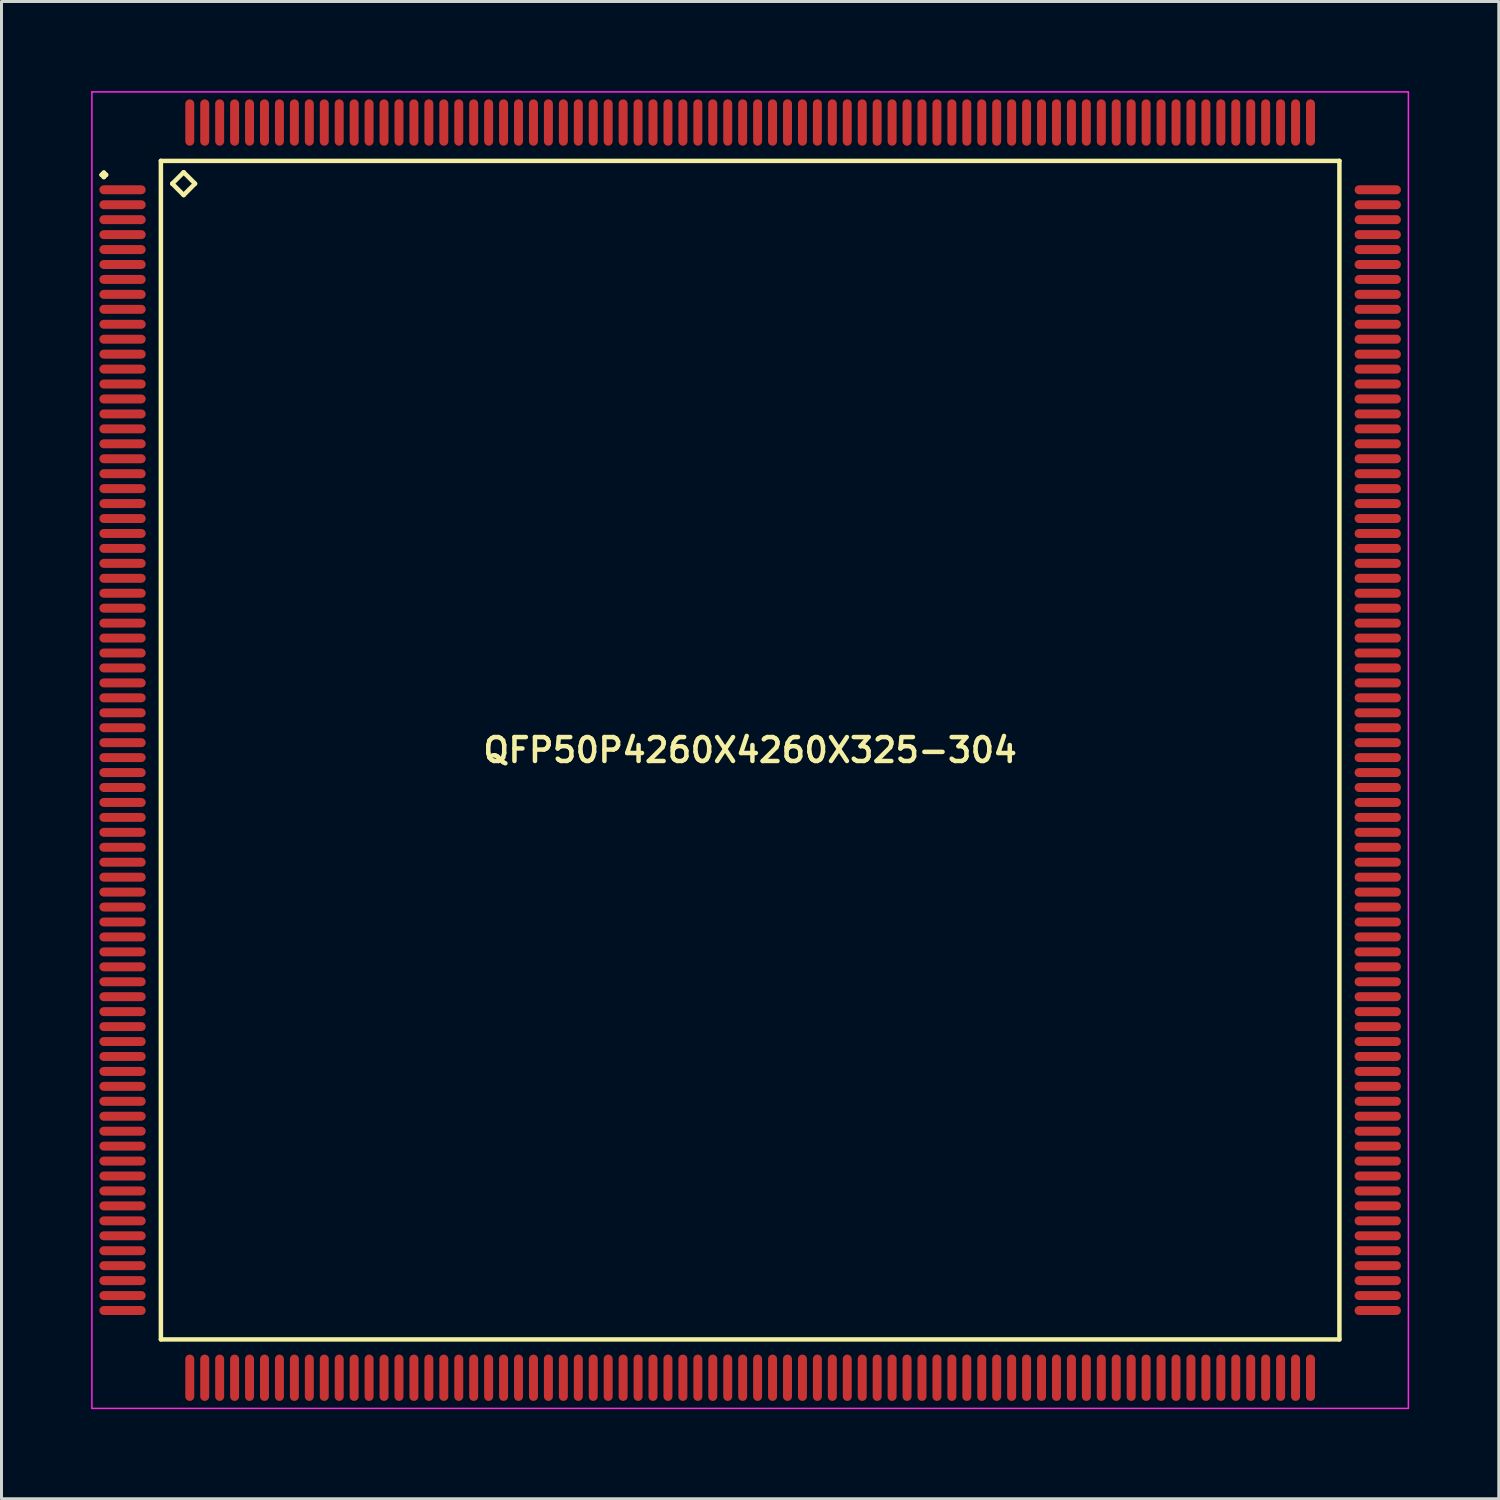
<source format=kicad_pcb>
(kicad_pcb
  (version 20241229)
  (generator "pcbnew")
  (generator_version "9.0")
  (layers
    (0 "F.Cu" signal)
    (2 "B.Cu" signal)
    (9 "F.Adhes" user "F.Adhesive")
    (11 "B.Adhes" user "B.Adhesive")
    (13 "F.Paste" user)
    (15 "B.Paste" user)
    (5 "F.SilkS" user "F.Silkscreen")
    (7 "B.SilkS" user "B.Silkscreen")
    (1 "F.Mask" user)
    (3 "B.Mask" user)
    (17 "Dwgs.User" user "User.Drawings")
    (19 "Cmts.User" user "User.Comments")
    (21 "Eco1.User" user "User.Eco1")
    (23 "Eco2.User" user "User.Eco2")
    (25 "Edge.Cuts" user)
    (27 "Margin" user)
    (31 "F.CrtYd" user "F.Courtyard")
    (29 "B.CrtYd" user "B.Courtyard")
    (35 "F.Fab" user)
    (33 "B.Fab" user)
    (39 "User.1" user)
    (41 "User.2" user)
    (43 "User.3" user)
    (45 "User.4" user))
  (footprint "QFP50P4260X4260X325-304"
    (layer "F.Cu")
    (at 22.05 22.05)
    (property "Reference" "QFP50P4260X4260X325-304" (at 0 0 0) (layer "F.SilkS") (effects (font (size 0.8 0.8) (thickness 0.15))))
    (attr smd)
    (fp_line (start -21.7 -19.25) (end -21.625 -19.325) (stroke (width 0.15) (type solid)) (layer "F.SilkS"))
    (fp_line (start -21.625 -19.325) (end -21.55 -19.25) (stroke (width 0.15) (type solid)) (layer "F.SilkS"))
    (fp_line (start -21.625 -19.175) (end -21.7 -19.25) (stroke (width 0.15) (type solid)) (layer "F.SilkS"))
    (fp_line (start -21.55 -19.25) (end -21.625 -19.175) (stroke (width 0.15) (type solid)) (layer "F.SilkS"))
    (fp_line (start -19.717 -19.717) (end -19.717 19.717) (stroke (width 0.15) (type solid)) (layer "F.SilkS"))
    (fp_line (start -19.717 19.717) (end 19.717 19.717) (stroke (width 0.15) (type solid)) (layer "F.SilkS"))
    (fp_line (start -19.336 -18.955) (end -18.955 -19.336) (stroke (width 0.15) (type solid)) (layer "F.SilkS"))
    (fp_line (start -18.955 -19.336) (end -18.574 -18.955) (stroke (width 0.15) (type solid)) (layer "F.SilkS"))
    (fp_line (start -18.955 -18.574) (end -19.336 -18.955) (stroke (width 0.15) (type solid)) (layer "F.SilkS"))
    (fp_line (start -18.574 -18.955) (end -18.955 -18.574) (stroke (width 0.15) (type solid)) (layer "F.SilkS"))
    (fp_line (start 19.717 -19.717) (end -19.717 -19.717) (stroke (width 0.15) (type solid)) (layer "F.SilkS"))
    (fp_line (start 19.717 19.717) (end 19.717 -19.717) (stroke (width 0.15) (type solid)) (layer "F.SilkS"))
    (fp_line (start -22.025 -22.025) (end 22.025 -22.025) (stroke (width 0.05) (type solid)) (layer "F.CrtYd"))
    (fp_line (start -22.025 22.025) (end -22.025 -22.025) (stroke (width 0.05) (type solid)) (layer "F.CrtYd"))
    (fp_line (start 22.025 -22.025) (end 22.025 22.025) (stroke (width 0.05) (type solid)) (layer "F.CrtYd"))
    (fp_line (start 22.025 22.025) (end -22.025 22.025) (stroke (width 0.05) (type solid)) (layer "F.CrtYd"))
    (pad "1" smd oval (at -21 -18.75) (size 1.55 0.3) (layers "F.Cu" "F.Mask" "F.Paste"))
    (pad "2" smd oval (at -21 -18.25) (size 1.55 0.3) (layers "F.Cu" "F.Mask" "F.Paste"))
    (pad "3" smd oval (at -21 -17.75) (size 1.55 0.3) (layers "F.Cu" "F.Mask" "F.Paste"))
    (pad "4" smd oval (at -21 -17.25) (size 1.55 0.3) (layers "F.Cu" "F.Mask" "F.Paste"))
    (pad "5" smd oval (at -21 -16.75) (size 1.55 0.3) (layers "F.Cu" "F.Mask" "F.Paste"))
    (pad "6" smd oval (at -21 -16.25) (size 1.55 0.3) (layers "F.Cu" "F.Mask" "F.Paste"))
    (pad "7" smd oval (at -21 -15.75) (size 1.55 0.3) (layers "F.Cu" "F.Mask" "F.Paste"))
    (pad "8" smd oval (at -21 -15.25) (size 1.55 0.3) (layers "F.Cu" "F.Mask" "F.Paste"))
    (pad "9" smd oval (at -21 -14.75) (size 1.55 0.3) (layers "F.Cu" "F.Mask" "F.Paste"))
    (pad "10" smd oval (at -21 -14.25) (size 1.55 0.3) (layers "F.Cu" "F.Mask" "F.Paste"))
    (pad "11" smd oval (at -21 -13.75) (size 1.55 0.3) (layers "F.Cu" "F.Mask" "F.Paste"))
    (pad "12" smd oval (at -21 -13.25) (size 1.55 0.3) (layers "F.Cu" "F.Mask" "F.Paste"))
    (pad "13" smd oval (at -21 -12.75) (size 1.55 0.3) (layers "F.Cu" "F.Mask" "F.Paste"))
    (pad "14" smd oval (at -21 -12.25) (size 1.55 0.3) (layers "F.Cu" "F.Mask" "F.Paste"))
    (pad "15" smd oval (at -21 -11.75) (size 1.55 0.3) (layers "F.Cu" "F.Mask" "F.Paste"))
    (pad "16" smd oval (at -21 -11.25) (size 1.55 0.3) (layers "F.Cu" "F.Mask" "F.Paste"))
    (pad "17" smd oval (at -21 -10.75) (size 1.55 0.3) (layers "F.Cu" "F.Mask" "F.Paste"))
    (pad "18" smd oval (at -21 -10.25) (size 1.55 0.3) (layers "F.Cu" "F.Mask" "F.Paste"))
    (pad "19" smd oval (at -21 -9.75) (size 1.55 0.3) (layers "F.Cu" "F.Mask" "F.Paste"))
    (pad "20" smd oval (at -21 -9.25) (size 1.55 0.3) (layers "F.Cu" "F.Mask" "F.Paste"))
    (pad "21" smd oval (at -21 -8.75) (size 1.55 0.3) (layers "F.Cu" "F.Mask" "F.Paste"))
    (pad "22" smd oval (at -21 -8.25) (size 1.55 0.3) (layers "F.Cu" "F.Mask" "F.Paste"))
    (pad "23" smd oval (at -21 -7.75) (size 1.55 0.3) (layers "F.Cu" "F.Mask" "F.Paste"))
    (pad "24" smd oval (at -21 -7.25) (size 1.55 0.3) (layers "F.Cu" "F.Mask" "F.Paste"))
    (pad "25" smd oval (at -21 -6.75) (size 1.55 0.3) (layers "F.Cu" "F.Mask" "F.Paste"))
    (pad "26" smd oval (at -21 -6.25) (size 1.55 0.3) (layers "F.Cu" "F.Mask" "F.Paste"))
    (pad "27" smd oval (at -21 -5.75) (size 1.55 0.3) (layers "F.Cu" "F.Mask" "F.Paste"))
    (pad "28" smd oval (at -21 -5.25) (size 1.55 0.3) (layers "F.Cu" "F.Mask" "F.Paste"))
    (pad "29" smd oval (at -21 -4.75) (size 1.55 0.3) (layers "F.Cu" "F.Mask" "F.Paste"))
    (pad "30" smd oval (at -21 -4.25) (size 1.55 0.3) (layers "F.Cu" "F.Mask" "F.Paste"))
    (pad "31" smd oval (at -21 -3.75) (size 1.55 0.3) (layers "F.Cu" "F.Mask" "F.Paste"))
    (pad "32" smd oval (at -21 -3.25) (size 1.55 0.3) (layers "F.Cu" "F.Mask" "F.Paste"))
    (pad "33" smd oval (at -21 -2.75) (size 1.55 0.3) (layers "F.Cu" "F.Mask" "F.Paste"))
    (pad "34" smd oval (at -21 -2.25) (size 1.55 0.3) (layers "F.Cu" "F.Mask" "F.Paste"))
    (pad "35" smd oval (at -21 -1.75) (size 1.55 0.3) (layers "F.Cu" "F.Mask" "F.Paste"))
    (pad "36" smd oval (at -21 -1.25) (size 1.55 0.3) (layers "F.Cu" "F.Mask" "F.Paste"))
    (pad "37" smd oval (at -21 -0.75) (size 1.55 0.3) (layers "F.Cu" "F.Mask" "F.Paste"))
    (pad "38" smd oval (at -21 -0.25) (size 1.55 0.3) (layers "F.Cu" "F.Mask" "F.Paste"))
    (pad "39" smd oval (at -21 0.25) (size 1.55 0.3) (layers "F.Cu" "F.Mask" "F.Paste"))
    (pad "40" smd oval (at -21 0.75) (size 1.55 0.3) (layers "F.Cu" "F.Mask" "F.Paste"))
    (pad "41" smd oval (at -21 1.25) (size 1.55 0.3) (layers "F.Cu" "F.Mask" "F.Paste"))
    (pad "42" smd oval (at -21 1.75) (size 1.55 0.3) (layers "F.Cu" "F.Mask" "F.Paste"))
    (pad "43" smd oval (at -21 2.25) (size 1.55 0.3) (layers "F.Cu" "F.Mask" "F.Paste"))
    (pad "44" smd oval (at -21 2.75) (size 1.55 0.3) (layers "F.Cu" "F.Mask" "F.Paste"))
    (pad "45" smd oval (at -21 3.25) (size 1.55 0.3) (layers "F.Cu" "F.Mask" "F.Paste"))
    (pad "46" smd oval (at -21 3.75) (size 1.55 0.3) (layers "F.Cu" "F.Mask" "F.Paste"))
    (pad "47" smd oval (at -21 4.25) (size 1.55 0.3) (layers "F.Cu" "F.Mask" "F.Paste"))
    (pad "48" smd oval (at -21 4.75) (size 1.55 0.3) (layers "F.Cu" "F.Mask" "F.Paste"))
    (pad "49" smd oval (at -21 5.25) (size 1.55 0.3) (layers "F.Cu" "F.Mask" "F.Paste"))
    (pad "50" smd oval (at -21 5.75) (size 1.55 0.3) (layers "F.Cu" "F.Mask" "F.Paste"))
    (pad "51" smd oval (at -21 6.25) (size 1.55 0.3) (layers "F.Cu" "F.Mask" "F.Paste"))
    (pad "52" smd oval (at -21 6.75) (size 1.55 0.3) (layers "F.Cu" "F.Mask" "F.Paste"))
    (pad "53" smd oval (at -21 7.25) (size 1.55 0.3) (layers "F.Cu" "F.Mask" "F.Paste"))
    (pad "54" smd oval (at -21 7.75) (size 1.55 0.3) (layers "F.Cu" "F.Mask" "F.Paste"))
    (pad "55" smd oval (at -21 8.25) (size 1.55 0.3) (layers "F.Cu" "F.Mask" "F.Paste"))
    (pad "56" smd oval (at -21 8.75) (size 1.55 0.3) (layers "F.Cu" "F.Mask" "F.Paste"))
    (pad "57" smd oval (at -21 9.25) (size 1.55 0.3) (layers "F.Cu" "F.Mask" "F.Paste"))
    (pad "58" smd oval (at -21 9.75) (size 1.55 0.3) (layers "F.Cu" "F.Mask" "F.Paste"))
    (pad "59" smd oval (at -21 10.25) (size 1.55 0.3) (layers "F.Cu" "F.Mask" "F.Paste"))
    (pad "60" smd oval (at -21 10.75) (size 1.55 0.3) (layers "F.Cu" "F.Mask" "F.Paste"))
    (pad "61" smd oval (at -21 11.25) (size 1.55 0.3) (layers "F.Cu" "F.Mask" "F.Paste"))
    (pad "62" smd oval (at -21 11.75) (size 1.55 0.3) (layers "F.Cu" "F.Mask" "F.Paste"))
    (pad "63" smd oval (at -21 12.25) (size 1.55 0.3) (layers "F.Cu" "F.Mask" "F.Paste"))
    (pad "64" smd oval (at -21 12.75) (size 1.55 0.3) (layers "F.Cu" "F.Mask" "F.Paste"))
    (pad "65" smd oval (at -21 13.25) (size 1.55 0.3) (layers "F.Cu" "F.Mask" "F.Paste"))
    (pad "66" smd oval (at -21 13.75) (size 1.55 0.3) (layers "F.Cu" "F.Mask" "F.Paste"))
    (pad "67" smd oval (at -21 14.25) (size 1.55 0.3) (layers "F.Cu" "F.Mask" "F.Paste"))
    (pad "68" smd oval (at -21 14.75) (size 1.55 0.3) (layers "F.Cu" "F.Mask" "F.Paste"))
    (pad "69" smd oval (at -21 15.25) (size 1.55 0.3) (layers "F.Cu" "F.Mask" "F.Paste"))
    (pad "70" smd oval (at -21 15.75) (size 1.55 0.3) (layers "F.Cu" "F.Mask" "F.Paste"))
    (pad "71" smd oval (at -21 16.25) (size 1.55 0.3) (layers "F.Cu" "F.Mask" "F.Paste"))
    (pad "72" smd oval (at -21 16.75) (size 1.55 0.3) (layers "F.Cu" "F.Mask" "F.Paste"))
    (pad "73" smd oval (at -21 17.25) (size 1.55 0.3) (layers "F.Cu" "F.Mask" "F.Paste"))
    (pad "74" smd oval (at -21 17.75) (size 1.55 0.3) (layers "F.Cu" "F.Mask" "F.Paste"))
    (pad "75" smd oval (at -21 18.25) (size 1.55 0.3) (layers "F.Cu" "F.Mask" "F.Paste"))
    (pad "76" smd oval (at -21 18.75) (size 1.55 0.3) (layers "F.Cu" "F.Mask" "F.Paste"))
    (pad "77" smd oval (at -18.75 21) (size 0.3 1.55) (layers "F.Cu" "F.Mask" "F.Paste"))
    (pad "78" smd oval (at -18.25 21) (size 0.3 1.55) (layers "F.Cu" "F.Mask" "F.Paste"))
    (pad "79" smd oval (at -17.75 21) (size 0.3 1.55) (layers "F.Cu" "F.Mask" "F.Paste"))
    (pad "80" smd oval (at -17.25 21) (size 0.3 1.55) (layers "F.Cu" "F.Mask" "F.Paste"))
    (pad "81" smd oval (at -16.75 21) (size 0.3 1.55) (layers "F.Cu" "F.Mask" "F.Paste"))
    (pad "82" smd oval (at -16.25 21) (size 0.3 1.55) (layers "F.Cu" "F.Mask" "F.Paste"))
    (pad "83" smd oval (at -15.75 21) (size 0.3 1.55) (layers "F.Cu" "F.Mask" "F.Paste"))
    (pad "84" smd oval (at -15.25 21) (size 0.3 1.55) (layers "F.Cu" "F.Mask" "F.Paste"))
    (pad "85" smd oval (at -14.75 21) (size 0.3 1.55) (layers "F.Cu" "F.Mask" "F.Paste"))
    (pad "86" smd oval (at -14.25 21) (size 0.3 1.55) (layers "F.Cu" "F.Mask" "F.Paste"))
    (pad "87" smd oval (at -13.75 21) (size 0.3 1.55) (layers "F.Cu" "F.Mask" "F.Paste"))
    (pad "88" smd oval (at -13.25 21) (size 0.3 1.55) (layers "F.Cu" "F.Mask" "F.Paste"))
    (pad "89" smd oval (at -12.75 21) (size 0.3 1.55) (layers "F.Cu" "F.Mask" "F.Paste"))
    (pad "90" smd oval (at -12.25 21) (size 0.3 1.55) (layers "F.Cu" "F.Mask" "F.Paste"))
    (pad "91" smd oval (at -11.75 21) (size 0.3 1.55) (layers "F.Cu" "F.Mask" "F.Paste"))
    (pad "92" smd oval (at -11.25 21) (size 0.3 1.55) (layers "F.Cu" "F.Mask" "F.Paste"))
    (pad "93" smd oval (at -10.75 21) (size 0.3 1.55) (layers "F.Cu" "F.Mask" "F.Paste"))
    (pad "94" smd oval (at -10.25 21) (size 0.3 1.55) (layers "F.Cu" "F.Mask" "F.Paste"))
    (pad "95" smd oval (at -9.75 21) (size 0.3 1.55) (layers "F.Cu" "F.Mask" "F.Paste"))
    (pad "96" smd oval (at -9.25 21) (size 0.3 1.55) (layers "F.Cu" "F.Mask" "F.Paste"))
    (pad "97" smd oval (at -8.75 21) (size 0.3 1.55) (layers "F.Cu" "F.Mask" "F.Paste"))
    (pad "98" smd oval (at -8.25 21) (size 0.3 1.55) (layers "F.Cu" "F.Mask" "F.Paste"))
    (pad "99" smd oval (at -7.75 21) (size 0.3 1.55) (layers "F.Cu" "F.Mask" "F.Paste"))
    (pad "100" smd oval (at -7.25 21) (size 0.3 1.55) (layers "F.Cu" "F.Mask" "F.Paste"))
    (pad "101" smd oval (at -6.75 21) (size 0.3 1.55) (layers "F.Cu" "F.Mask" "F.Paste"))
    (pad "102" smd oval (at -6.25 21) (size 0.3 1.55) (layers "F.Cu" "F.Mask" "F.Paste"))
    (pad "103" smd oval (at -5.75 21) (size 0.3 1.55) (layers "F.Cu" "F.Mask" "F.Paste"))
    (pad "104" smd oval (at -5.25 21) (size 0.3 1.55) (layers "F.Cu" "F.Mask" "F.Paste"))
    (pad "105" smd oval (at -4.75 21) (size 0.3 1.55) (layers "F.Cu" "F.Mask" "F.Paste"))
    (pad "106" smd oval (at -4.25 21) (size 0.3 1.55) (layers "F.Cu" "F.Mask" "F.Paste"))
    (pad "107" smd oval (at -3.75 21) (size 0.3 1.55) (layers "F.Cu" "F.Mask" "F.Paste"))
    (pad "108" smd oval (at -3.25 21) (size 0.3 1.55) (layers "F.Cu" "F.Mask" "F.Paste"))
    (pad "109" smd oval (at -2.75 21) (size 0.3 1.55) (layers "F.Cu" "F.Mask" "F.Paste"))
    (pad "110" smd oval (at -2.25 21) (size 0.3 1.55) (layers "F.Cu" "F.Mask" "F.Paste"))
    (pad "111" smd oval (at -1.75 21) (size 0.3 1.55) (layers "F.Cu" "F.Mask" "F.Paste"))
    (pad "112" smd oval (at -1.25 21) (size 0.3 1.55) (layers "F.Cu" "F.Mask" "F.Paste"))
    (pad "113" smd oval (at -0.75 21) (size 0.3 1.55) (layers "F.Cu" "F.Mask" "F.Paste"))
    (pad "114" smd oval (at -0.25 21) (size 0.3 1.55) (layers "F.Cu" "F.Mask" "F.Paste"))
    (pad "115" smd oval (at 0.25 21) (size 0.3 1.55) (layers "F.Cu" "F.Mask" "F.Paste"))
    (pad "116" smd oval (at 0.75 21) (size 0.3 1.55) (layers "F.Cu" "F.Mask" "F.Paste"))
    (pad "117" smd oval (at 1.25 21) (size 0.3 1.55) (layers "F.Cu" "F.Mask" "F.Paste"))
    (pad "118" smd oval (at 1.75 21) (size 0.3 1.55) (layers "F.Cu" "F.Mask" "F.Paste"))
    (pad "119" smd oval (at 2.25 21) (size 0.3 1.55) (layers "F.Cu" "F.Mask" "F.Paste"))
    (pad "120" smd oval (at 2.75 21) (size 0.3 1.55) (layers "F.Cu" "F.Mask" "F.Paste"))
    (pad "121" smd oval (at 3.25 21) (size 0.3 1.55) (layers "F.Cu" "F.Mask" "F.Paste"))
    (pad "122" smd oval (at 3.75 21) (size 0.3 1.55) (layers "F.Cu" "F.Mask" "F.Paste"))
    (pad "123" smd oval (at 4.25 21) (size 0.3 1.55) (layers "F.Cu" "F.Mask" "F.Paste"))
    (pad "124" smd oval (at 4.75 21) (size 0.3 1.55) (layers "F.Cu" "F.Mask" "F.Paste"))
    (pad "125" smd oval (at 5.25 21) (size 0.3 1.55) (layers "F.Cu" "F.Mask" "F.Paste"))
    (pad "126" smd oval (at 5.75 21) (size 0.3 1.55) (layers "F.Cu" "F.Mask" "F.Paste"))
    (pad "127" smd oval (at 6.25 21) (size 0.3 1.55) (layers "F.Cu" "F.Mask" "F.Paste"))
    (pad "128" smd oval (at 6.75 21) (size 0.3 1.55) (layers "F.Cu" "F.Mask" "F.Paste"))
    (pad "129" smd oval (at 7.25 21) (size 0.3 1.55) (layers "F.Cu" "F.Mask" "F.Paste"))
    (pad "130" smd oval (at 7.75 21) (size 0.3 1.55) (layers "F.Cu" "F.Mask" "F.Paste"))
    (pad "131" smd oval (at 8.25 21) (size 0.3 1.55) (layers "F.Cu" "F.Mask" "F.Paste"))
    (pad "132" smd oval (at 8.75 21) (size 0.3 1.55) (layers "F.Cu" "F.Mask" "F.Paste"))
    (pad "133" smd oval (at 9.25 21) (size 0.3 1.55) (layers "F.Cu" "F.Mask" "F.Paste"))
    (pad "134" smd oval (at 9.75 21) (size 0.3 1.55) (layers "F.Cu" "F.Mask" "F.Paste"))
    (pad "135" smd oval (at 10.25 21) (size 0.3 1.55) (layers "F.Cu" "F.Mask" "F.Paste"))
    (pad "136" smd oval (at 10.75 21) (size 0.3 1.55) (layers "F.Cu" "F.Mask" "F.Paste"))
    (pad "137" smd oval (at 11.25 21) (size 0.3 1.55) (layers "F.Cu" "F.Mask" "F.Paste"))
    (pad "138" smd oval (at 11.75 21) (size 0.3 1.55) (layers "F.Cu" "F.Mask" "F.Paste"))
    (pad "139" smd oval (at 12.25 21) (size 0.3 1.55) (layers "F.Cu" "F.Mask" "F.Paste"))
    (pad "140" smd oval (at 12.75 21) (size 0.3 1.55) (layers "F.Cu" "F.Mask" "F.Paste"))
    (pad "141" smd oval (at 13.25 21) (size 0.3 1.55) (layers "F.Cu" "F.Mask" "F.Paste"))
    (pad "142" smd oval (at 13.75 21) (size 0.3 1.55) (layers "F.Cu" "F.Mask" "F.Paste"))
    (pad "143" smd oval (at 14.25 21) (size 0.3 1.55) (layers "F.Cu" "F.Mask" "F.Paste"))
    (pad "144" smd oval (at 14.75 21) (size 0.3 1.55) (layers "F.Cu" "F.Mask" "F.Paste"))
    (pad "145" smd oval (at 15.25 21) (size 0.3 1.55) (layers "F.Cu" "F.Mask" "F.Paste"))
    (pad "146" smd oval (at 15.75 21) (size 0.3 1.55) (layers "F.Cu" "F.Mask" "F.Paste"))
    (pad "147" smd oval (at 16.25 21) (size 0.3 1.55) (layers "F.Cu" "F.Mask" "F.Paste"))
    (pad "148" smd oval (at 16.75 21) (size 0.3 1.55) (layers "F.Cu" "F.Mask" "F.Paste"))
    (pad "149" smd oval (at 17.25 21) (size 0.3 1.55) (layers "F.Cu" "F.Mask" "F.Paste"))
    (pad "150" smd oval (at 17.75 21) (size 0.3 1.55) (layers "F.Cu" "F.Mask" "F.Paste"))
    (pad "151" smd oval (at 18.25 21) (size 0.3 1.55) (layers "F.Cu" "F.Mask" "F.Paste"))
    (pad "152" smd oval (at 18.75 21) (size 0.3 1.55) (layers "F.Cu" "F.Mask" "F.Paste"))
    (pad "153" smd oval (at 21 18.75) (size 1.55 0.3) (layers "F.Cu" "F.Mask" "F.Paste"))
    (pad "154" smd oval (at 21 18.25) (size 1.55 0.3) (layers "F.Cu" "F.Mask" "F.Paste"))
    (pad "155" smd oval (at 21 17.75) (size 1.55 0.3) (layers "F.Cu" "F.Mask" "F.Paste"))
    (pad "156" smd oval (at 21 17.25) (size 1.55 0.3) (layers "F.Cu" "F.Mask" "F.Paste"))
    (pad "157" smd oval (at 21 16.75) (size 1.55 0.3) (layers "F.Cu" "F.Mask" "F.Paste"))
    (pad "158" smd oval (at 21 16.25) (size 1.55 0.3) (layers "F.Cu" "F.Mask" "F.Paste"))
    (pad "159" smd oval (at 21 15.75) (size 1.55 0.3) (layers "F.Cu" "F.Mask" "F.Paste"))
    (pad "160" smd oval (at 21 15.25) (size 1.55 0.3) (layers "F.Cu" "F.Mask" "F.Paste"))
    (pad "161" smd oval (at 21 14.75) (size 1.55 0.3) (layers "F.Cu" "F.Mask" "F.Paste"))
    (pad "162" smd oval (at 21 14.25) (size 1.55 0.3) (layers "F.Cu" "F.Mask" "F.Paste"))
    (pad "163" smd oval (at 21 13.75) (size 1.55 0.3) (layers "F.Cu" "F.Mask" "F.Paste"))
    (pad "164" smd oval (at 21 13.25) (size 1.55 0.3) (layers "F.Cu" "F.Mask" "F.Paste"))
    (pad "165" smd oval (at 21 12.75) (size 1.55 0.3) (layers "F.Cu" "F.Mask" "F.Paste"))
    (pad "166" smd oval (at 21 12.25) (size 1.55 0.3) (layers "F.Cu" "F.Mask" "F.Paste"))
    (pad "167" smd oval (at 21 11.75) (size 1.55 0.3) (layers "F.Cu" "F.Mask" "F.Paste"))
    (pad "168" smd oval (at 21 11.25) (size 1.55 0.3) (layers "F.Cu" "F.Mask" "F.Paste"))
    (pad "169" smd oval (at 21 10.75) (size 1.55 0.3) (layers "F.Cu" "F.Mask" "F.Paste"))
    (pad "170" smd oval (at 21 10.25) (size 1.55 0.3) (layers "F.Cu" "F.Mask" "F.Paste"))
    (pad "171" smd oval (at 21 9.75) (size 1.55 0.3) (layers "F.Cu" "F.Mask" "F.Paste"))
    (pad "172" smd oval (at 21 9.25) (size 1.55 0.3) (layers "F.Cu" "F.Mask" "F.Paste"))
    (pad "173" smd oval (at 21 8.75) (size 1.55 0.3) (layers "F.Cu" "F.Mask" "F.Paste"))
    (pad "174" smd oval (at 21 8.25) (size 1.55 0.3) (layers "F.Cu" "F.Mask" "F.Paste"))
    (pad "175" smd oval (at 21 7.75) (size 1.55 0.3) (layers "F.Cu" "F.Mask" "F.Paste"))
    (pad "176" smd oval (at 21 7.25) (size 1.55 0.3) (layers "F.Cu" "F.Mask" "F.Paste"))
    (pad "177" smd oval (at 21 6.75) (size 1.55 0.3) (layers "F.Cu" "F.Mask" "F.Paste"))
    (pad "178" smd oval (at 21 6.25) (size 1.55 0.3) (layers "F.Cu" "F.Mask" "F.Paste"))
    (pad "179" smd oval (at 21 5.75) (size 1.55 0.3) (layers "F.Cu" "F.Mask" "F.Paste"))
    (pad "180" smd oval (at 21 5.25) (size 1.55 0.3) (layers "F.Cu" "F.Mask" "F.Paste"))
    (pad "181" smd oval (at 21 4.75) (size 1.55 0.3) (layers "F.Cu" "F.Mask" "F.Paste"))
    (pad "182" smd oval (at 21 4.25) (size 1.55 0.3) (layers "F.Cu" "F.Mask" "F.Paste"))
    (pad "183" smd oval (at 21 3.75) (size 1.55 0.3) (layers "F.Cu" "F.Mask" "F.Paste"))
    (pad "184" smd oval (at 21 3.25) (size 1.55 0.3) (layers "F.Cu" "F.Mask" "F.Paste"))
    (pad "185" smd oval (at 21 2.75) (size 1.55 0.3) (layers "F.Cu" "F.Mask" "F.Paste"))
    (pad "186" smd oval (at 21 2.25) (size 1.55 0.3) (layers "F.Cu" "F.Mask" "F.Paste"))
    (pad "187" smd oval (at 21 1.75) (size 1.55 0.3) (layers "F.Cu" "F.Mask" "F.Paste"))
    (pad "188" smd oval (at 21 1.25) (size 1.55 0.3) (layers "F.Cu" "F.Mask" "F.Paste"))
    (pad "189" smd oval (at 21 0.75) (size 1.55 0.3) (layers "F.Cu" "F.Mask" "F.Paste"))
    (pad "190" smd oval (at 21 0.25) (size 1.55 0.3) (layers "F.Cu" "F.Mask" "F.Paste"))
    (pad "191" smd oval (at 21 -0.25) (size 1.55 0.3) (layers "F.Cu" "F.Mask" "F.Paste"))
    (pad "192" smd oval (at 21 -0.75) (size 1.55 0.3) (layers "F.Cu" "F.Mask" "F.Paste"))
    (pad "193" smd oval (at 21 -1.25) (size 1.55 0.3) (layers "F.Cu" "F.Mask" "F.Paste"))
    (pad "194" smd oval (at 21 -1.75) (size 1.55 0.3) (layers "F.Cu" "F.Mask" "F.Paste"))
    (pad "195" smd oval (at 21 -2.25) (size 1.55 0.3) (layers "F.Cu" "F.Mask" "F.Paste"))
    (pad "196" smd oval (at 21 -2.75) (size 1.55 0.3) (layers "F.Cu" "F.Mask" "F.Paste"))
    (pad "197" smd oval (at 21 -3.25) (size 1.55 0.3) (layers "F.Cu" "F.Mask" "F.Paste"))
    (pad "198" smd oval (at 21 -3.75) (size 1.55 0.3) (layers "F.Cu" "F.Mask" "F.Paste"))
    (pad "199" smd oval (at 21 -4.25) (size 1.55 0.3) (layers "F.Cu" "F.Mask" "F.Paste"))
    (pad "200" smd oval (at 21 -4.75) (size 1.55 0.3) (layers "F.Cu" "F.Mask" "F.Paste"))
    (pad "201" smd oval (at 21 -5.25) (size 1.55 0.3) (layers "F.Cu" "F.Mask" "F.Paste"))
    (pad "202" smd oval (at 21 -5.75) (size 1.55 0.3) (layers "F.Cu" "F.Mask" "F.Paste"))
    (pad "203" smd oval (at 21 -6.25) (size 1.55 0.3) (layers "F.Cu" "F.Mask" "F.Paste"))
    (pad "204" smd oval (at 21 -6.75) (size 1.55 0.3) (layers "F.Cu" "F.Mask" "F.Paste"))
    (pad "205" smd oval (at 21 -7.25) (size 1.55 0.3) (layers "F.Cu" "F.Mask" "F.Paste"))
    (pad "206" smd oval (at 21 -7.75) (size 1.55 0.3) (layers "F.Cu" "F.Mask" "F.Paste"))
    (pad "207" smd oval (at 21 -8.25) (size 1.55 0.3) (layers "F.Cu" "F.Mask" "F.Paste"))
    (pad "208" smd oval (at 21 -8.75) (size 1.55 0.3) (layers "F.Cu" "F.Mask" "F.Paste"))
    (pad "209" smd oval (at 21 -9.25) (size 1.55 0.3) (layers "F.Cu" "F.Mask" "F.Paste"))
    (pad "210" smd oval (at 21 -9.75) (size 1.55 0.3) (layers "F.Cu" "F.Mask" "F.Paste"))
    (pad "211" smd oval (at 21 -10.25) (size 1.55 0.3) (layers "F.Cu" "F.Mask" "F.Paste"))
    (pad "212" smd oval (at 21 -10.75) (size 1.55 0.3) (layers "F.Cu" "F.Mask" "F.Paste"))
    (pad "213" smd oval (at 21 -11.25) (size 1.55 0.3) (layers "F.Cu" "F.Mask" "F.Paste"))
    (pad "214" smd oval (at 21 -11.75) (size 1.55 0.3) (layers "F.Cu" "F.Mask" "F.Paste"))
    (pad "215" smd oval (at 21 -12.25) (size 1.55 0.3) (layers "F.Cu" "F.Mask" "F.Paste"))
    (pad "216" smd oval (at 21 -12.75) (size 1.55 0.3) (layers "F.Cu" "F.Mask" "F.Paste"))
    (pad "217" smd oval (at 21 -13.25) (size 1.55 0.3) (layers "F.Cu" "F.Mask" "F.Paste"))
    (pad "218" smd oval (at 21 -13.75) (size 1.55 0.3) (layers "F.Cu" "F.Mask" "F.Paste"))
    (pad "219" smd oval (at 21 -14.25) (size 1.55 0.3) (layers "F.Cu" "F.Mask" "F.Paste"))
    (pad "220" smd oval (at 21 -14.75) (size 1.55 0.3) (layers "F.Cu" "F.Mask" "F.Paste"))
    (pad "221" smd oval (at 21 -15.25) (size 1.55 0.3) (layers "F.Cu" "F.Mask" "F.Paste"))
    (pad "222" smd oval (at 21 -15.75) (size 1.55 0.3) (layers "F.Cu" "F.Mask" "F.Paste"))
    (pad "223" smd oval (at 21 -16.25) (size 1.55 0.3) (layers "F.Cu" "F.Mask" "F.Paste"))
    (pad "224" smd oval (at 21 -16.75) (size 1.55 0.3) (layers "F.Cu" "F.Mask" "F.Paste"))
    (pad "225" smd oval (at 21 -17.25) (size 1.55 0.3) (layers "F.Cu" "F.Mask" "F.Paste"))
    (pad "226" smd oval (at 21 -17.75) (size 1.55 0.3) (layers "F.Cu" "F.Mask" "F.Paste"))
    (pad "227" smd oval (at 21 -18.25) (size 1.55 0.3) (layers "F.Cu" "F.Mask" "F.Paste"))
    (pad "228" smd oval (at 21 -18.75) (size 1.55 0.3) (layers "F.Cu" "F.Mask" "F.Paste"))
    (pad "229" smd oval (at 18.75 -21) (size 0.3 1.55) (layers "F.Cu" "F.Mask" "F.Paste"))
    (pad "230" smd oval (at 18.25 -21) (size 0.3 1.55) (layers "F.Cu" "F.Mask" "F.Paste"))
    (pad "231" smd oval (at 17.75 -21) (size 0.3 1.55) (layers "F.Cu" "F.Mask" "F.Paste"))
    (pad "232" smd oval (at 17.25 -21) (size 0.3 1.55) (layers "F.Cu" "F.Mask" "F.Paste"))
    (pad "233" smd oval (at 16.75 -21) (size 0.3 1.55) (layers "F.Cu" "F.Mask" "F.Paste"))
    (pad "234" smd oval (at 16.25 -21) (size 0.3 1.55) (layers "F.Cu" "F.Mask" "F.Paste"))
    (pad "235" smd oval (at 15.75 -21) (size 0.3 1.55) (layers "F.Cu" "F.Mask" "F.Paste"))
    (pad "236" smd oval (at 15.25 -21) (size 0.3 1.55) (layers "F.Cu" "F.Mask" "F.Paste"))
    (pad "237" smd oval (at 14.75 -21) (size 0.3 1.55) (layers "F.Cu" "F.Mask" "F.Paste"))
    (pad "238" smd oval (at 14.25 -21) (size 0.3 1.55) (layers "F.Cu" "F.Mask" "F.Paste"))
    (pad "239" smd oval (at 13.75 -21) (size 0.3 1.55) (layers "F.Cu" "F.Mask" "F.Paste"))
    (pad "240" smd oval (at 13.25 -21) (size 0.3 1.55) (layers "F.Cu" "F.Mask" "F.Paste"))
    (pad "241" smd oval (at 12.75 -21) (size 0.3 1.55) (layers "F.Cu" "F.Mask" "F.Paste"))
    (pad "242" smd oval (at 12.25 -21) (size 0.3 1.55) (layers "F.Cu" "F.Mask" "F.Paste"))
    (pad "243" smd oval (at 11.75 -21) (size 0.3 1.55) (layers "F.Cu" "F.Mask" "F.Paste"))
    (pad "244" smd oval (at 11.25 -21) (size 0.3 1.55) (layers "F.Cu" "F.Mask" "F.Paste"))
    (pad "245" smd oval (at 10.75 -21) (size 0.3 1.55) (layers "F.Cu" "F.Mask" "F.Paste"))
    (pad "246" smd oval (at 10.25 -21) (size 0.3 1.55) (layers "F.Cu" "F.Mask" "F.Paste"))
    (pad "247" smd oval (at 9.75 -21) (size 0.3 1.55) (layers "F.Cu" "F.Mask" "F.Paste"))
    (pad "248" smd oval (at 9.25 -21) (size 0.3 1.55) (layers "F.Cu" "F.Mask" "F.Paste"))
    (pad "249" smd oval (at 8.75 -21) (size 0.3 1.55) (layers "F.Cu" "F.Mask" "F.Paste"))
    (pad "250" smd oval (at 8.25 -21) (size 0.3 1.55) (layers "F.Cu" "F.Mask" "F.Paste"))
    (pad "251" smd oval (at 7.75 -21) (size 0.3 1.55) (layers "F.Cu" "F.Mask" "F.Paste"))
    (pad "252" smd oval (at 7.25 -21) (size 0.3 1.55) (layers "F.Cu" "F.Mask" "F.Paste"))
    (pad "253" smd oval (at 6.75 -21) (size 0.3 1.55) (layers "F.Cu" "F.Mask" "F.Paste"))
    (pad "254" smd oval (at 6.25 -21) (size 0.3 1.55) (layers "F.Cu" "F.Mask" "F.Paste"))
    (pad "255" smd oval (at 5.75 -21) (size 0.3 1.55) (layers "F.Cu" "F.Mask" "F.Paste"))
    (pad "256" smd oval (at 5.25 -21) (size 0.3 1.55) (layers "F.Cu" "F.Mask" "F.Paste"))
    (pad "257" smd oval (at 4.75 -21) (size 0.3 1.55) (layers "F.Cu" "F.Mask" "F.Paste"))
    (pad "258" smd oval (at 4.25 -21) (size 0.3 1.55) (layers "F.Cu" "F.Mask" "F.Paste"))
    (pad "259" smd oval (at 3.75 -21) (size 0.3 1.55) (layers "F.Cu" "F.Mask" "F.Paste"))
    (pad "260" smd oval (at 3.25 -21) (size 0.3 1.55) (layers "F.Cu" "F.Mask" "F.Paste"))
    (pad "261" smd oval (at 2.75 -21) (size 0.3 1.55) (layers "F.Cu" "F.Mask" "F.Paste"))
    (pad "262" smd oval (at 2.25 -21) (size 0.3 1.55) (layers "F.Cu" "F.Mask" "F.Paste"))
    (pad "263" smd oval (at 1.75 -21) (size 0.3 1.55) (layers "F.Cu" "F.Mask" "F.Paste"))
    (pad "264" smd oval (at 1.25 -21) (size 0.3 1.55) (layers "F.Cu" "F.Mask" "F.Paste"))
    (pad "265" smd oval (at 0.75 -21) (size 0.3 1.55) (layers "F.Cu" "F.Mask" "F.Paste"))
    (pad "266" smd oval (at 0.25 -21) (size 0.3 1.55) (layers "F.Cu" "F.Mask" "F.Paste"))
    (pad "267" smd oval (at -0.25 -21) (size 0.3 1.55) (layers "F.Cu" "F.Mask" "F.Paste"))
    (pad "268" smd oval (at -0.75 -21) (size 0.3 1.55) (layers "F.Cu" "F.Mask" "F.Paste"))
    (pad "269" smd oval (at -1.25 -21) (size 0.3 1.55) (layers "F.Cu" "F.Mask" "F.Paste"))
    (pad "270" smd oval (at -1.75 -21) (size 0.3 1.55) (layers "F.Cu" "F.Mask" "F.Paste"))
    (pad "271" smd oval (at -2.25 -21) (size 0.3 1.55) (layers "F.Cu" "F.Mask" "F.Paste"))
    (pad "272" smd oval (at -2.75 -21) (size 0.3 1.55) (layers "F.Cu" "F.Mask" "F.Paste"))
    (pad "273" smd oval (at -3.25 -21) (size 0.3 1.55) (layers "F.Cu" "F.Mask" "F.Paste"))
    (pad "274" smd oval (at -3.75 -21) (size 0.3 1.55) (layers "F.Cu" "F.Mask" "F.Paste"))
    (pad "275" smd oval (at -4.25 -21) (size 0.3 1.55) (layers "F.Cu" "F.Mask" "F.Paste"))
    (pad "276" smd oval (at -4.75 -21) (size 0.3 1.55) (layers "F.Cu" "F.Mask" "F.Paste"))
    (pad "277" smd oval (at -5.25 -21) (size 0.3 1.55) (layers "F.Cu" "F.Mask" "F.Paste"))
    (pad "278" smd oval (at -5.75 -21) (size 0.3 1.55) (layers "F.Cu" "F.Mask" "F.Paste"))
    (pad "279" smd oval (at -6.25 -21) (size 0.3 1.55) (layers "F.Cu" "F.Mask" "F.Paste"))
    (pad "280" smd oval (at -6.75 -21) (size 0.3 1.55) (layers "F.Cu" "F.Mask" "F.Paste"))
    (pad "281" smd oval (at -7.25 -21) (size 0.3 1.55) (layers "F.Cu" "F.Mask" "F.Paste"))
    (pad "282" smd oval (at -7.75 -21) (size 0.3 1.55) (layers "F.Cu" "F.Mask" "F.Paste"))
    (pad "283" smd oval (at -8.25 -21) (size 0.3 1.55) (layers "F.Cu" "F.Mask" "F.Paste"))
    (pad "284" smd oval (at -8.75 -21) (size 0.3 1.55) (layers "F.Cu" "F.Mask" "F.Paste"))
    (pad "285" smd oval (at -9.25 -21) (size 0.3 1.55) (layers "F.Cu" "F.Mask" "F.Paste"))
    (pad "286" smd oval (at -9.75 -21) (size 0.3 1.55) (layers "F.Cu" "F.Mask" "F.Paste"))
    (pad "287" smd oval (at -10.25 -21) (size 0.3 1.55) (layers "F.Cu" "F.Mask" "F.Paste"))
    (pad "288" smd oval (at -10.75 -21) (size 0.3 1.55) (layers "F.Cu" "F.Mask" "F.Paste"))
    (pad "289" smd oval (at -11.25 -21) (size 0.3 1.55) (layers "F.Cu" "F.Mask" "F.Paste"))
    (pad "290" smd oval (at -11.75 -21) (size 0.3 1.55) (layers "F.Cu" "F.Mask" "F.Paste"))
    (pad "291" smd oval (at -12.25 -21) (size 0.3 1.55) (layers "F.Cu" "F.Mask" "F.Paste"))
    (pad "292" smd oval (at -12.75 -21) (size 0.3 1.55) (layers "F.Cu" "F.Mask" "F.Paste"))
    (pad "293" smd oval (at -13.25 -21) (size 0.3 1.55) (layers "F.Cu" "F.Mask" "F.Paste"))
    (pad "294" smd oval (at -13.75 -21) (size 0.3 1.55) (layers "F.Cu" "F.Mask" "F.Paste"))
    (pad "295" smd oval (at -14.25 -21) (size 0.3 1.55) (layers "F.Cu" "F.Mask" "F.Paste"))
    (pad "296" smd oval (at -14.75 -21) (size 0.3 1.55) (layers "F.Cu" "F.Mask" "F.Paste"))
    (pad "297" smd oval (at -15.25 -21) (size 0.3 1.55) (layers "F.Cu" "F.Mask" "F.Paste"))
    (pad "298" smd oval (at -15.75 -21) (size 0.3 1.55) (layers "F.Cu" "F.Mask" "F.Paste"))
    (pad "299" smd oval (at -16.25 -21) (size 0.3 1.55) (layers "F.Cu" "F.Mask" "F.Paste"))
    (pad "300" smd oval (at -16.75 -21) (size 0.3 1.55) (layers "F.Cu" "F.Mask" "F.Paste"))
    (pad "301" smd oval (at -17.25 -21) (size 0.3 1.55) (layers "F.Cu" "F.Mask" "F.Paste"))
    (pad "302" smd oval (at -17.75 -21) (size 0.3 1.55) (layers "F.Cu" "F.Mask" "F.Paste"))
    (pad "303" smd oval (at -18.25 -21) (size 0.3 1.55) (layers "F.Cu" "F.Mask" "F.Paste"))
    (pad "304" smd oval (at -18.75 -21) (size 0.3 1.55) (layers "F.Cu" "F.Mask" "F.Paste")))
  (gr_rect
    (start -3 -3)
    (end 47.1 47.1)
    (stroke (width 0.1) (type default))
    (fill no)
    (layer "Edge.Cuts")))
</source>
